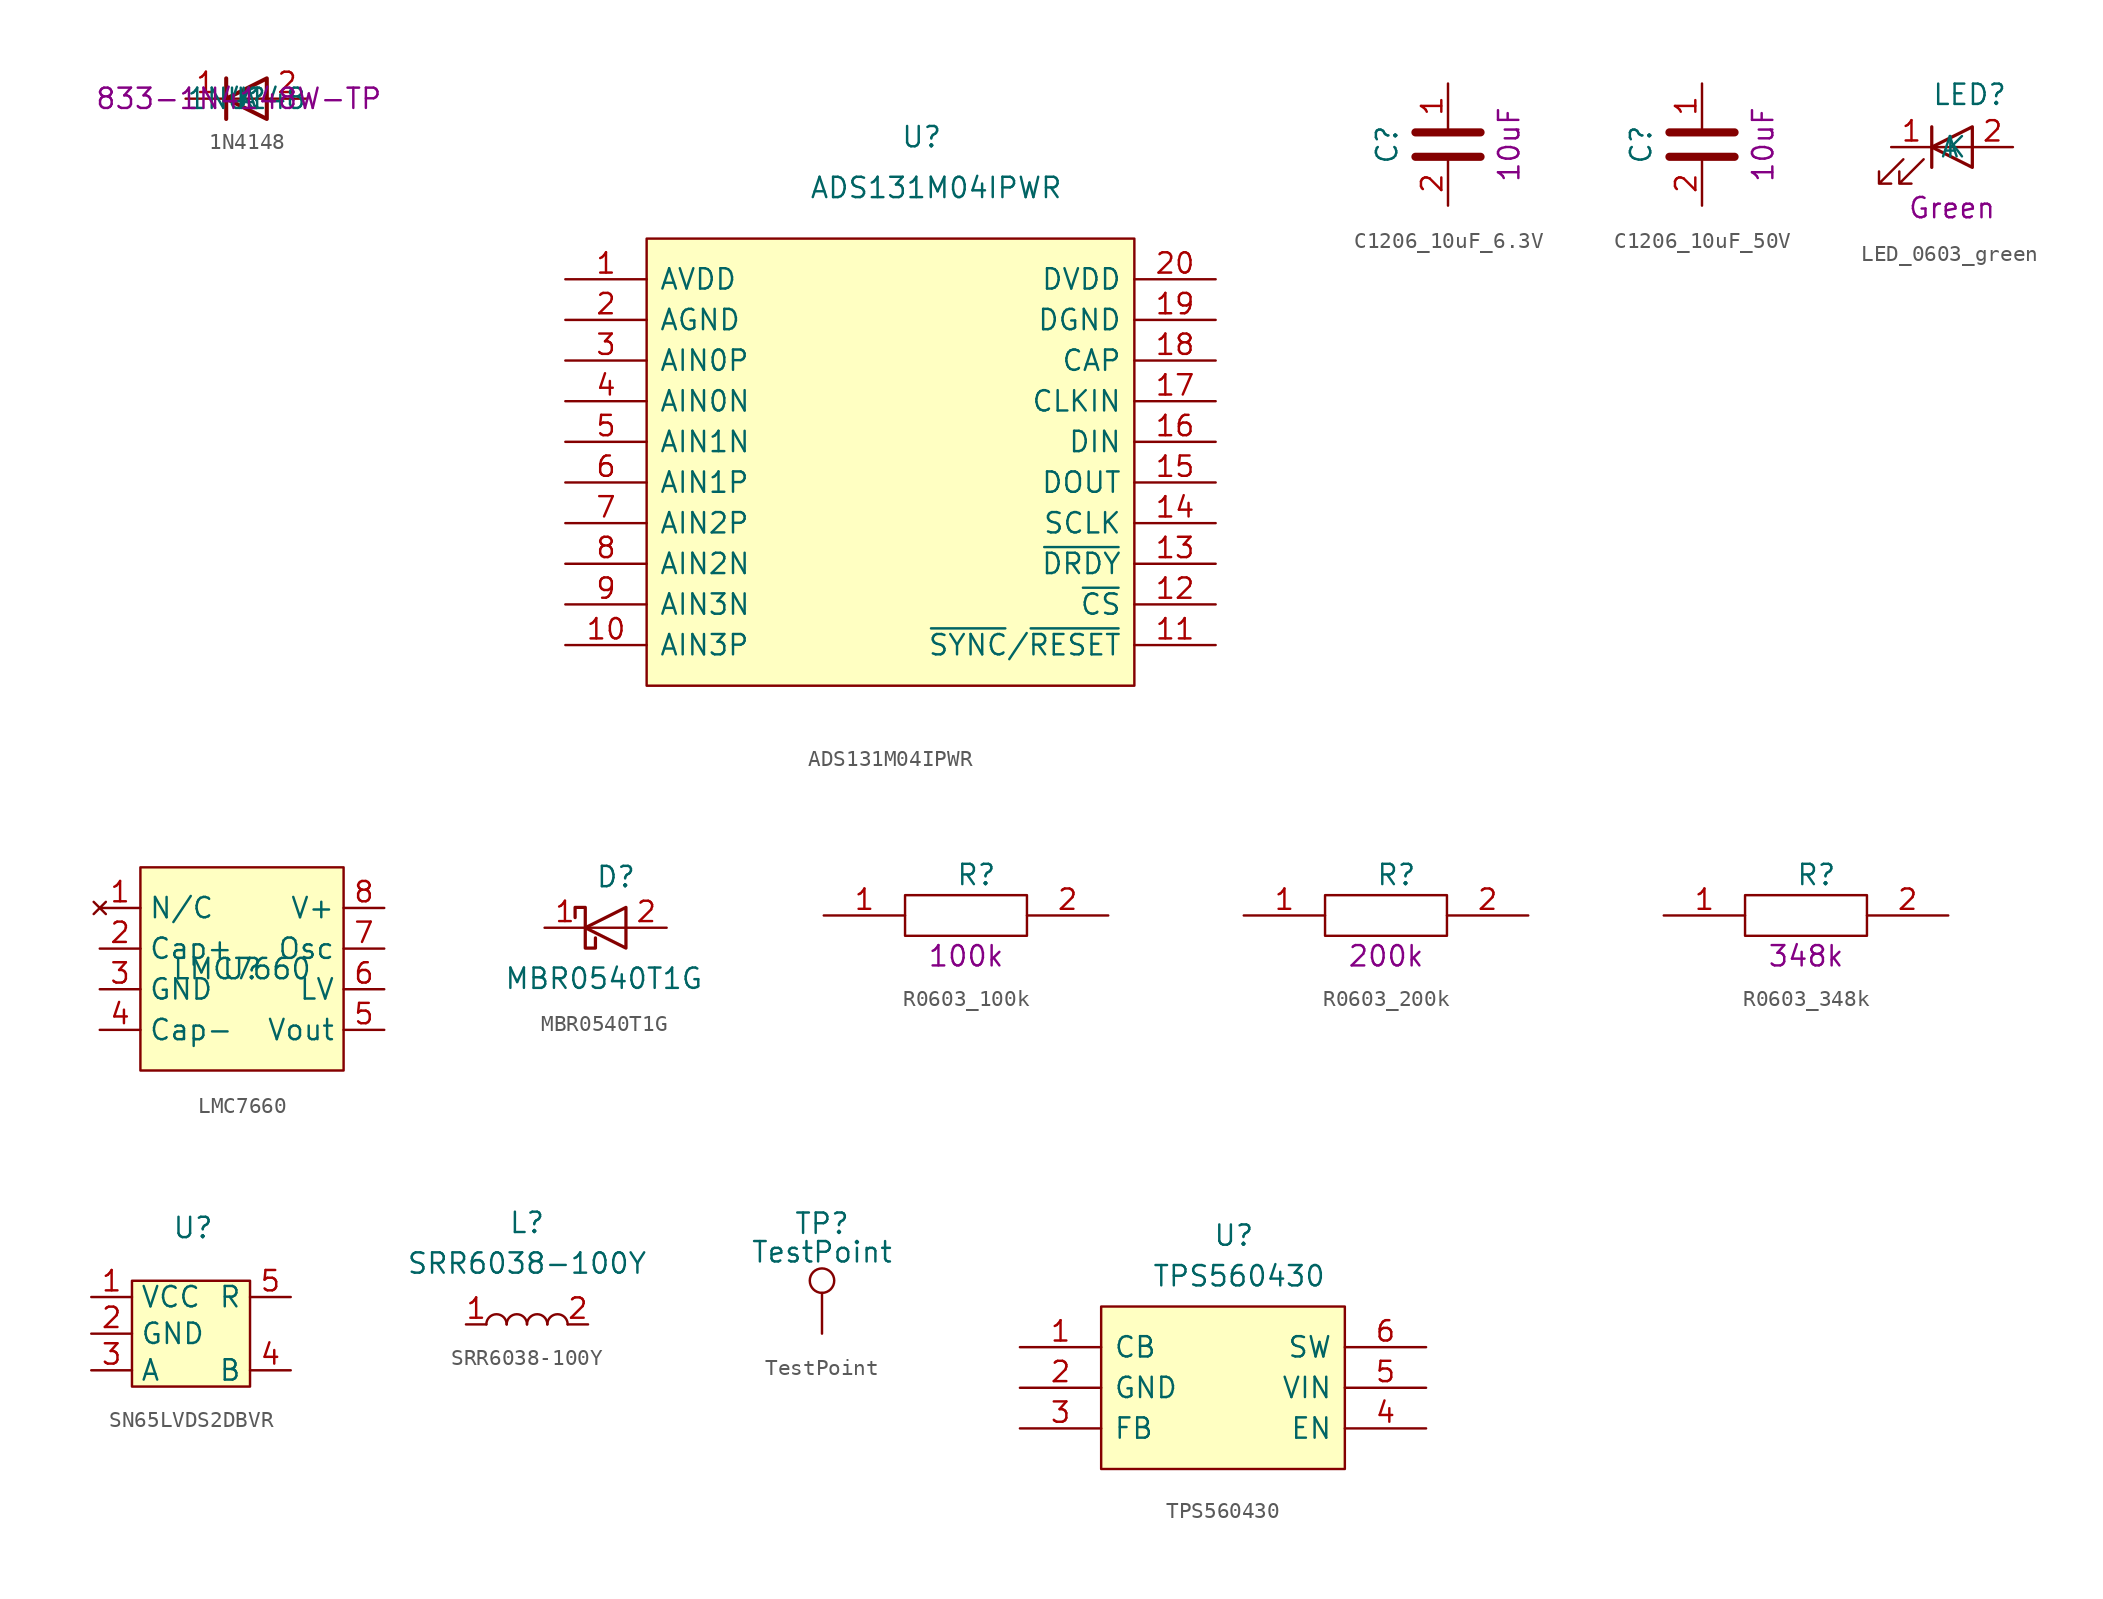
<source format=kicad_sym>
(kicad_symbol_lib
  (version 20220914)
  (generator kicad_symbol_editor)
  (symbol "1N4148"
    (property "Reference" "U"
      (at 0 0 0)
      (effects (font (size 1.27 1.27))))
    (property "Value" "1N4148"
      (at 0 0 0)
      (effects (font (size 1.27 1.27))))
    (property "Mouser Part Number" "833-1N4148W-TP "
      (at 0 0 0)
      (effects (font (size 1.27 1.27))))
    (symbol "1N4148_0_1"
      (polyline (pts (xy -1.27 1.27) (xy -1.27 -1.27)) (stroke (width 0.254) (type default)) (fill (type none)))
      (polyline (pts (xy 1.27 0) (xy -1.27 0)) (stroke (width 0) (type default)) (fill (type none)))
      (polyline (pts (xy 1.27 1.27) (xy 1.27 -1.27) (xy -1.27 0) (xy 1.27 1.27)) (stroke (width 0.254) (type default)) (fill (type none))))
    (symbol "1N4148_1_1"
      (pin passive line (at -3.81 0 0) (length 2.54) (name "K" (effects (font (size 1.27 1.27)))) (number "1" (effects (font (size 1.27 1.27)))))
      (pin passive line (at 3.81 0 180) (length 2.54) (name "A" (effects (font (size 1.27 1.27)))) (number "2" (effects (font (size 1.27 1.27)))))))
  (symbol "ADS131M04IPWR"
    (pin_names
      (offset 0.762))
    (property "Reference" "U"
      (at 20.955 8.89 0)
      (effects (font (size 1.27 1.27)) (justify left)))
    (property "Value" "ADS131M04IPWR"
      (at 15.24 5.715 0)
      (effects (font (size 1.27 1.27)) (justify left)))
    (symbol "ADS131M04IPWR_0_0"
      (pin power_in line (at 0 0 0) (length 5.08) (name "AVDD" (effects (font (size 1.27 1.27)))) (number "1" (effects (font (size 1.27 1.27)))))
      (pin input line (at 0 -22.86 0) (length 5.08) (name "AIN3P" (effects (font (size 1.27 1.27)))) (number "10" (effects (font (size 1.27 1.27)))))
      (pin input line (at 40.64 -22.86 180) (length 5.08) (name "~{SYNC}/~{RESET}" (effects (font (size 1.27 1.27)))) (number "11" (effects (font (size 1.27 1.27)))))
      (pin input line (at 40.64 -20.32 180) (length 5.08) (name "~{CS}" (effects (font (size 1.27 1.27)))) (number "12" (effects (font (size 1.27 1.27)))))
      (pin output line (at 40.64 -17.78 180) (length 5.08) (name "~{DRDY}" (effects (font (size 1.27 1.27)))) (number "13" (effects (font (size 1.27 1.27)))))
      (pin input line (at 40.64 -15.24 180) (length 5.08) (name "SCLK" (effects (font (size 1.27 1.27)))) (number "14" (effects (font (size 1.27 1.27)))))
      (pin output line (at 40.64 -12.7 180) (length 5.08) (name "DOUT" (effects (font (size 1.27 1.27)))) (number "15" (effects (font (size 1.27 1.27)))))
      (pin input line (at 40.64 -10.16 180) (length 5.08) (name "DIN" (effects (font (size 1.27 1.27)))) (number "16" (effects (font (size 1.27 1.27)))))
      (pin input line (at 40.64 -7.62 180) (length 5.08) (name "CLKIN" (effects (font (size 1.27 1.27)))) (number "17" (effects (font (size 1.27 1.27)))))
      (pin output line (at 40.64 -5.08 180) (length 5.08) (name "CAP" (effects (font (size 1.27 1.27)))) (number "18" (effects (font (size 1.27 1.27)))))
      (pin power_in line (at 40.64 -2.54 180) (length 5.08) (name "DGND" (effects (font (size 1.27 1.27)))) (number "19" (effects (font (size 1.27 1.27)))))
      (pin power_in line (at 0 -2.54 0) (length 5.08) (name "AGND" (effects (font (size 1.27 1.27)))) (number "2" (effects (font (size 1.27 1.27)))))
      (pin power_in line (at 40.64 0 180) (length 5.08) (name "DVDD" (effects (font (size 1.27 1.27)))) (number "20" (effects (font (size 1.27 1.27)))))
      (pin input line (at 0 -5.08 0) (length 5.08) (name "AIN0P" (effects (font (size 1.27 1.27)))) (number "3" (effects (font (size 1.27 1.27)))))
      (pin input line (at 0 -7.62 0) (length 5.08) (name "AIN0N" (effects (font (size 1.27 1.27)))) (number "4" (effects (font (size 1.27 1.27)))))
      (pin input line (at 0 -10.16 0) (length 5.08) (name "AIN1N" (effects (font (size 1.27 1.27)))) (number "5" (effects (font (size 1.27 1.27)))))
      (pin input line (at 0 -12.7 0) (length 5.08) (name "AIN1P" (effects (font (size 1.27 1.27)))) (number "6" (effects (font (size 1.27 1.27)))))
      (pin input line (at 0 -15.24 0) (length 5.08) (name "AIN2P" (effects (font (size 1.27 1.27)))) (number "7" (effects (font (size 1.27 1.27)))))
      (pin input line (at 0 -17.78 0) (length 5.08) (name "AIN2N" (effects (font (size 1.27 1.27)))) (number "8" (effects (font (size 1.27 1.27)))))
      (pin input line (at 0 -20.32 0) (length 5.08) (name "AIN3N" (effects (font (size 1.27 1.27)))) (number "9" (effects (font (size 1.27 1.27))))))
    (symbol "ADS131M04IPWR_0_1"
      (polyline (pts (xy 5.08 2.54) (xy 35.56 2.54) (xy 35.56 -25.4) (xy 5.08 -25.4) (xy 5.08 2.54)) (stroke (width 0.152) (type solid)) (fill (type background)))))
  (symbol "C1206_10uF_6.3V"
    (pin_names
      (offset 1.016))
    (property "Reference" "C"
      (at -3.81 0 90)
      (effects (font (size 1.27 1.27))))
    (property "Val" "10uF"
      (at 3.81 0 90)
      (effects (font (size 1.27 1.27))))
    (symbol "C1206_10uF_6.3V_1_1"
      (polyline (pts (xy -2.032 -0.762) (xy 2.032 -0.762)) (stroke (width 0.508) (type solid)) (fill (type none)))
      (polyline (pts (xy -2.032 0.762) (xy 2.032 0.762)) (stroke (width 0.508) (type solid)) (fill (type none)))
      (pin passive line (at 0 3.81 270) (length 2.794) (name "~" (effects (font (size 1.27 1.27)))) (number "1" (effects (font (size 1.27 1.27)))))
      (pin passive line (at 0 -3.81 90) (length 2.794) (name "~" (effects (font (size 1.27 1.27)))) (number "2" (effects (font (size 1.27 1.27)))))))
  (symbol "C1206_10uF_50V"
    (pin_names
      (offset 1.016))
    (property "Reference" "C"
      (at -3.81 0 90)
      (effects (font (size 1.27 1.27))))
    (property "Val" "10uF"
      (at 3.81 0 90)
      (effects (font (size 1.27 1.27))))
    (symbol "C1206_10uF_50V_1_1"
      (polyline (pts (xy -2.032 -0.762) (xy 2.032 -0.762)) (stroke (width 0.508) (type solid)) (fill (type none)))
      (polyline (pts (xy -2.032 0.762) (xy 2.032 0.762)) (stroke (width 0.508) (type solid)) (fill (type none)))
      (pin passive line (at 0 3.81 270) (length 2.794) (name "~" (effects (font (size 1.27 1.27)))) (number "1" (effects (font (size 1.27 1.27)))))
      (pin passive line (at 0 -3.81 90) (length 2.794) (name "~" (effects (font (size 1.27 1.27)))) (number "2" (effects (font (size 1.27 1.27)))))))
  (symbol "LED_0603_green"
    (pin_names
      (offset 0.762))
    (property "Reference" "LED"
      (at -1.27 2.54 0)
      (effects (font (size 1.27 1.27)) (justify left bottom)))
    (property "Val" "Green"
      (at 0 -3.81 0)
      (effects (font (size 1.27 1.27))))
    (symbol "LED_0603_green_1_1"
      (polyline (pts (xy -1.27 -1.27) (xy -1.27 1.27)) (stroke (width 0.203) (type solid)) (fill (type none)))
      (polyline (pts (xy -1.27 0) (xy 1.27 0)) (stroke (width 0) (type solid)) (fill (type none)))
      (polyline (pts (xy 1.27 -1.27) (xy 1.27 1.27) (xy -1.27 0) (xy 1.27 -1.27)) (stroke (width 0.203) (type solid)) (fill (type none)))
      (polyline (pts (xy -3.048 -0.762) (xy -4.572 -2.286) (xy -3.81 -2.286) (xy -4.572 -2.286) (xy -4.572 -1.524)) (stroke (width 0) (type solid)) (fill (type none)))
      (polyline (pts (xy -1.778 -0.762) (xy -3.302 -2.286) (xy -2.54 -2.286) (xy -3.302 -2.286) (xy -3.302 -1.524)) (stroke (width 0) (type solid)) (fill (type none)))
      (pin passive line (at -3.81 0 0) (length 2.54) (name "K" (effects (font (size 1.27 1.27)))) (number "1" (effects (font (size 1.27 1.27)))))
      (pin passive line (at 3.81 0 180) (length 2.54) (name "A" (effects (font (size 1.27 1.27)))) (number "2" (effects (font (size 1.27 1.27)))))))
  (symbol "LMC7660"
    (property "Reference" "U"
      (at 0 0 0)
      (effects (font (size 1.27 1.27))))
    (property "Value" "LMC7660"
      (at 0 0 0)
      (effects (font (size 1.27 1.27))))
    (symbol "LMC7660_0_1"
      (rectangle (start -6.35 6.35) (end 6.35 -6.35) (stroke (width 0) (type default)) (fill (type background))))
    (symbol "LMC7660_1_1"
      (pin no_connect line (at -8.89 3.81 0) (length 2.54) (name "N/C" (effects (font (size 1.27 1.27)))) (number "1" (effects (font (size 1.27 1.27)))))
      (pin passive line (at -8.89 1.27 0) (length 2.54) (name "Cap+" (effects (font (size 1.27 1.27)))) (number "2" (effects (font (size 1.27 1.27)))))
      (pin power_in line (at -8.89 -1.27 0) (length 2.54) (name "GND" (effects (font (size 1.27 1.27)))) (number "3" (effects (font (size 1.27 1.27)))))
      (pin passive line (at -8.89 -3.81 0) (length 2.54) (name "Cap-" (effects (font (size 1.27 1.27)))) (number "4" (effects (font (size 1.27 1.27)))))
      (pin power_out line (at 8.89 -3.81 180) (length 2.54) (name "Vout" (effects (font (size 1.27 1.27)))) (number "5" (effects (font (size 1.27 1.27)))))
      (pin passive line (at 8.89 -1.27 180) (length 2.54) (name "LV" (effects (font (size 1.27 1.27)))) (number "6" (effects (font (size 1.27 1.27)))))
      (pin passive line (at 8.89 1.27 180) (length 2.54) (name "Osc" (effects (font (size 1.27 1.27)))) (number "7" (effects (font (size 1.27 1.27)))))
      (pin power_in line (at 8.89 3.81 180) (length 2.54) (name "V+" (effects (font (size 1.27 1.27)))) (number "8" (effects (font (size 1.27 1.27)))))))
  (symbol "MBR0540T1G"
    (pin_names
      (offset 0.762))
    (property "Reference" "D"
      (at 0.635 3.175 0)
      (effects (font (size 1.27 1.27)) (justify left)))
    (property "Value" "MBR0540T1G"
      (at -5.08 -3.175 0)
      (effects (font (size 1.27 1.27)) (justify left)))
    (symbol "MBR0540T1G_1_1"
      (polyline (pts (xy 2.54 0) (xy 0 0)) (stroke (width 0) (type solid)) (fill (type none)))
      (polyline (pts (xy 2.54 1.27) (xy 2.54 -1.27) (xy 0 0) (xy 2.54 1.27)) (stroke (width 0.203) (type solid)) (fill (type none)))
      (polyline (pts (xy -0.635 0.635) (xy -0.635 1.27) (xy 0 1.27) (xy 0 -1.27) (xy 0.635 -1.27) (xy 0.635 -0.635)) (stroke (width 0.203) (type solid)) (fill (type none)))
      (pin passive line (at -2.54 0 0) (length 2.54) (name "~" (effects (font (size 1.27 1.27)))) (number "1" (effects (font (size 1.27 1.27)))))
      (pin passive line (at 5.08 0 180) (length 2.54) (name "~" (effects (font (size 1.27 1.27)))) (number "2" (effects (font (size 1.27 1.27)))))))
  (symbol "R0603_100k"
    (pin_names
      (offset 0.762))
    (property "Reference" "R"
      (at 8.255 2.54 0)
      (effects (font (size 1.27 1.27)) (justify left)))
    (property "Val" "100k"
      (at 8.89 -2.54 0)
      (effects (font (size 1.27 1.27))))
    (symbol "R0603_100k_0_0"
      (pin passive line (at 0 0 0) (length 5.08) (name "~" (effects (font (size 1.27 1.27)))) (number "1" (effects (font (size 1.27 1.27)))))
      (pin passive line (at 17.78 0 180) (length 5.08) (name "~" (effects (font (size 1.27 1.27)))) (number "2" (effects (font (size 1.27 1.27))))))
    (symbol "R0603_100k_0_1"
      (polyline (pts (xy 5.08 1.27) (xy 12.7 1.27) (xy 12.7 -1.27) (xy 5.08 -1.27) (xy 5.08 1.27)) (stroke (width 0.152) (type solid)) (fill (type none)))))
  (symbol "R0603_200k"
    (pin_names
      (offset 0.762))
    (property "Reference" "R"
      (at 8.255 2.54 0)
      (effects (font (size 1.27 1.27)) (justify left)))
    (property "Val" "200k"
      (at 8.89 -2.54 0)
      (effects (font (size 1.27 1.27))))
    (symbol "R0603_200k_0_0"
      (pin passive line (at 0 0 0) (length 5.08) (name "~" (effects (font (size 1.27 1.27)))) (number "1" (effects (font (size 1.27 1.27)))))
      (pin passive line (at 17.78 0 180) (length 5.08) (name "~" (effects (font (size 1.27 1.27)))) (number "2" (effects (font (size 1.27 1.27))))))
    (symbol "R0603_200k_0_1"
      (polyline (pts (xy 5.08 1.27) (xy 12.7 1.27) (xy 12.7 -1.27) (xy 5.08 -1.27) (xy 5.08 1.27)) (stroke (width 0.152) (type solid)) (fill (type none)))))
  (symbol "R0603_348k"
    (pin_names
      (offset 0.762))
    (property "Reference" "R"
      (at 8.255 2.54 0)
      (effects (font (size 1.27 1.27)) (justify left)))
    (property "Val" "348k"
      (at 8.89 -2.54 0)
      (effects (font (size 1.27 1.27))))
    (symbol "R0603_348k_0_0"
      (pin passive line (at 0 0 0) (length 5.08) (name "~" (effects (font (size 1.27 1.27)))) (number "1" (effects (font (size 1.27 1.27)))))
      (pin passive line (at 17.78 0 180) (length 5.08) (name "~" (effects (font (size 1.27 1.27)))) (number "2" (effects (font (size 1.27 1.27))))))
    (symbol "R0603_348k_0_1"
      (polyline (pts (xy 5.08 1.27) (xy 12.7 1.27) (xy 12.7 -1.27) (xy 5.08 -1.27) (xy 5.08 1.27)) (stroke (width 0.152) (type solid)) (fill (type none)))))
  (symbol "SN65LVDS2DBVR"
    (property "Reference" "U"
      (at 1.778 7.874 0)
      (effects (font (size 1.27 1.27))))
    (property "Value" ""
      (at 0 0 0)
      (effects (font (size 1.27 1.27))))
    (symbol "SN65LVDS2DBVR_1_1"
      (rectangle (start -2.032 4.572) (end 5.334 -2.032) (stroke (width 0) (type default)) (fill (type background)))
      (pin power_in line (at -4.572 3.556 0) (length 2.54) (name "VCC" (effects (font (size 1.27 1.27)))) (number "1" (effects (font (size 1.27 1.27)))))
      (pin power_in line (at -4.572 1.27 0) (length 2.54) (name "GND" (effects (font (size 1.27 1.27)))) (number "2" (effects (font (size 1.27 1.27)))))
      (pin input line (at -4.572 -1.016 0) (length 2.54) (name "A" (effects (font (size 1.27 1.27)))) (number "3" (effects (font (size 1.27 1.27)))))
      (pin input line (at 7.874 -1.016 180) (length 2.54) (name "B" (effects (font (size 1.27 1.27)))) (number "4" (effects (font (size 1.27 1.27)))))
      (pin output line (at 7.874 3.556 180) (length 2.54) (name "R" (effects (font (size 1.27 1.27)))) (number "5" (effects (font (size 1.27 1.27)))))))
  (symbol "SRR6038-100Y"
    (pin_names
      (offset 1.016))
    (property "Reference" "L"
      (at 0 2.54 0)
      (effects (font (size 1.27 1.27))))
    (property "Value" "SRR6038-100Y"
      (at 0 0 0)
      (effects (font (size 1.27 1.27))))
    (symbol "SRR6038-100Y_1_1"
      (arc (start -1.27 -3.81) (mid -1.905 -3.1777) (end -2.54 -3.81) (stroke (width 0) (type solid)) (fill (type none)))
      (arc (start 0 -3.81) (mid -0.635 -3.1777) (end -1.27 -3.81) (stroke (width 0) (type solid)) (fill (type none)))
      (arc (start 1.27 -3.81) (mid 0.635 -3.1777) (end 0 -3.81) (stroke (width 0) (type solid)) (fill (type none)))
      (arc (start 2.54 -3.81) (mid 1.905 -3.1777) (end 1.27 -3.81) (stroke (width 0) (type solid)) (fill (type none)))
      (pin passive line (at -3.81 -3.81 0) (length 1.27) (name "~" (effects (font (size 1.27 1.27)))) (number "1" (effects (font (size 1.27 1.27)))))
      (pin passive line (at 3.81 -3.81 180) (length 1.27) (name "~" (effects (font (size 1.27 1.27)))) (number "2" (effects (font (size 1.27 1.27)))))))
  (symbol "TestPoint"
    (pin_numbers hide)
    (pin_names
      (offset 0.762) hide)
    (property "Reference" "TP"
      (at 0 6.858 0)
      (effects (font (size 1.27 1.27))))
    (property "Value" "TestPoint"
      (at 0 5.08 0)
      (effects (font (size 1.27 1.27))))
    (symbol "TestPoint_0_1"
      (circle (center 0 3.302) (radius 0.762) (stroke (width 0) (type solid)) (fill (type none))))
    (symbol "TestPoint_1_1"
      (pin passive line (at 0 0 90) (length 2.54) (name "1" (effects (font (size 1.27 1.27)))) (number "1" (effects (font (size 1.27 1.27)))))))
  (symbol "TPS560430"
    (pin_names
      (offset 0.762))
    (property "Reference" "U"
      (at 12.065 6.985 0)
      (effects (font (size 1.27 1.27)) (justify left)))
    (property "Value" "TPS560430"
      (at 8.255 4.445 0)
      (effects (font (size 1.27 1.27)) (justify left)))
    (symbol "TPS560430_0_0"
      (pin bidirectional line (at 0 0 0) (length 5.08) (name "CB" (effects (font (size 1.27 1.27)))) (number "1" (effects (font (size 1.27 1.27)))))
      (pin power_in line (at 0 -2.54 0) (length 5.08) (name "GND" (effects (font (size 1.27 1.27)))) (number "2" (effects (font (size 1.27 1.27)))))
      (pin input line (at 0 -5.08 0) (length 5.08) (name "FB" (effects (font (size 1.27 1.27)))) (number "3" (effects (font (size 1.27 1.27)))))
      (pin input line (at 25.4 -5.08 180) (length 5.08) (name "EN" (effects (font (size 1.27 1.27)))) (number "4" (effects (font (size 1.27 1.27)))))
      (pin power_in line (at 25.4 -2.54 180) (length 5.08) (name "VIN" (effects (font (size 1.27 1.27)))) (number "5" (effects (font (size 1.27 1.27)))))
      (pin output line (at 25.4 0 180) (length 5.08) (name "SW" (effects (font (size 1.27 1.27)))) (number "6" (effects (font (size 1.27 1.27))))))
    (symbol "TPS560430_0_1"
      (polyline (pts (xy 5.08 2.54) (xy 20.32 2.54) (xy 20.32 -7.62) (xy 5.08 -7.62) (xy 5.08 2.54)) (stroke (width 0.152) (type solid)) (fill (type background))))))
</source>
